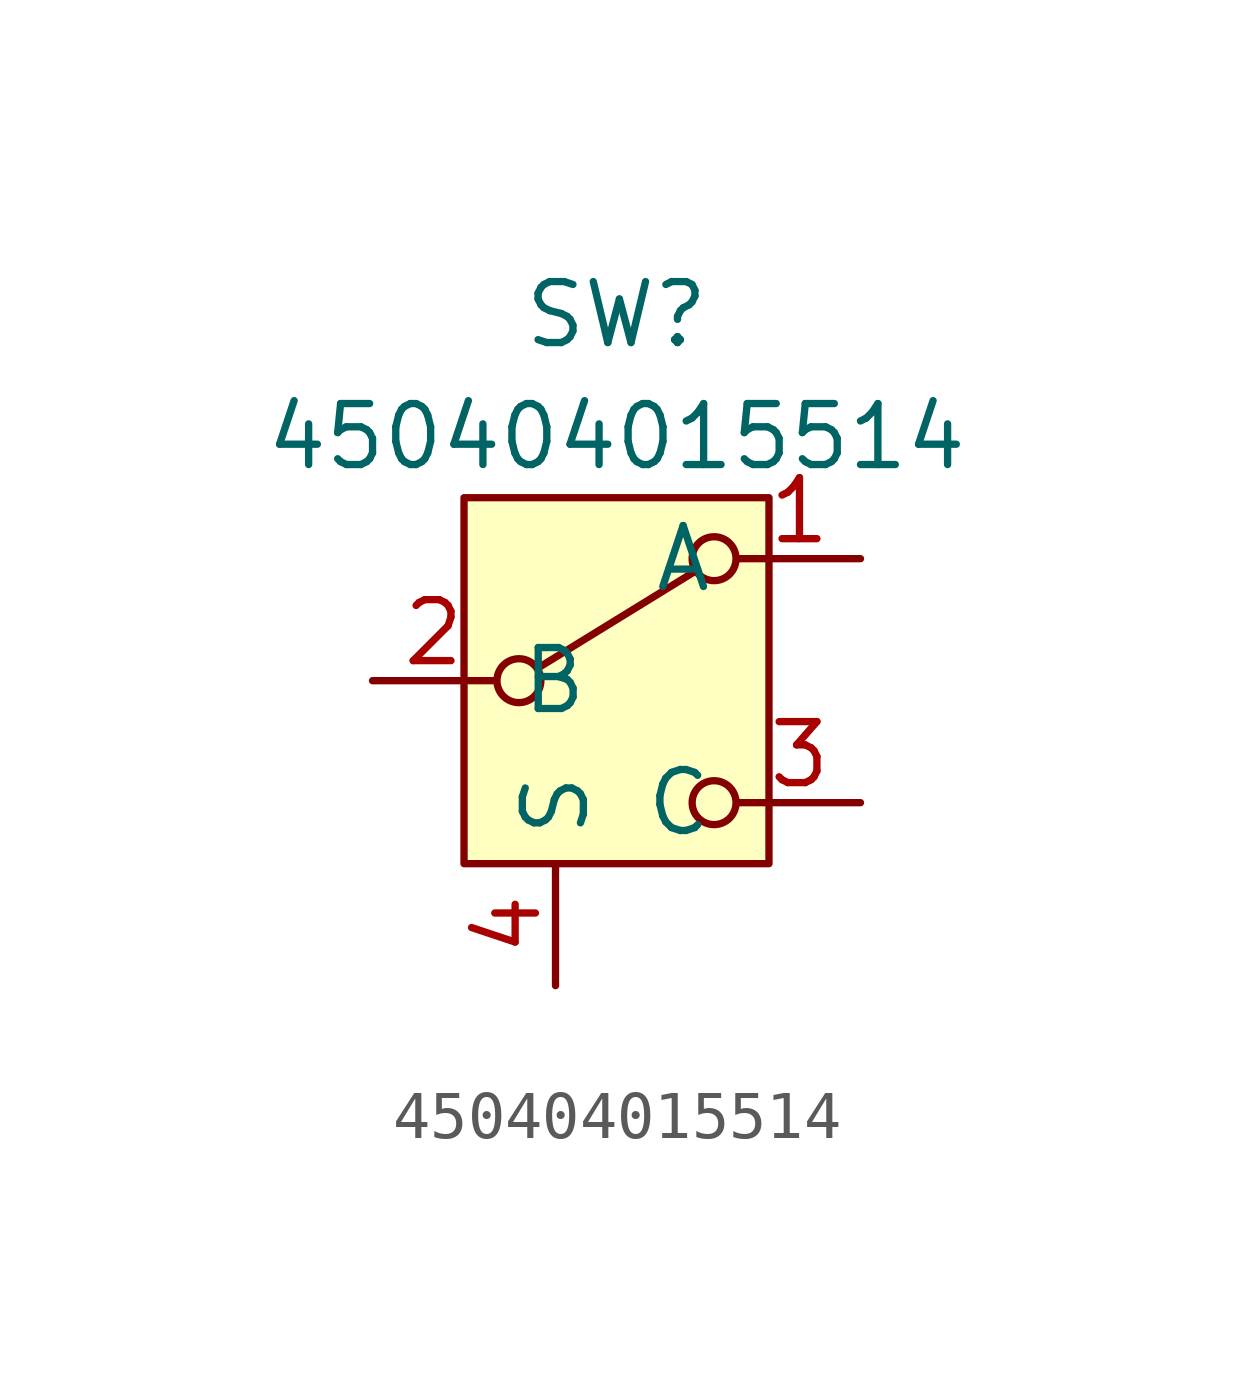
<source format=kicad_sym>
(kicad_symbol_lib
  (version 20241209)
  (generator "kicad_symbol_editor")
  (generator_version "9.0")
  (symbol "450404015514"
    (property "Reference" "SW"
      (at 0 7.62 0)
      (effects (font (size 1.27 1.27))))
    (property "Value" "450404015514"
      (at 0 5.08 0)
      (effects (font (size 1.27 1.27))))
    (symbol "450404015514_0_1"
      (circle (center -2.032 0) (radius 0.457) (stroke (width 0) (type default)) (fill (type none)))
      (polyline (pts (xy -1.651 0.254) (xy 1.651 2.286)) (stroke (width 0) (type default)) (fill (type none)))
      (circle (center 2.032 2.54) (radius 0.457) (stroke (width 0) (type default)) (fill (type none)))
      (circle (center 2.032 -2.54) (radius 0.457) (stroke (width 0) (type default)) (fill (type none))))
    (symbol "450404015514_1_0"
      (pin passive line (at -1.27 -6.35 90) (length 2.54) (name "S" (effects (font (size 1.27 1.27)))) (number "4" (effects (font (size 1.27 1.27)))))
      (pin passive line (at -1.27 -6.35 90) (length 2.54) (hide yes) (name "S" (effects (font (size 1.27 1.27)))) (number "5" (effects (font (size 1.27 1.27)))))
      (pin passive line (at -1.27 -6.35 90) (length 2.54) (hide yes) (name "S" (effects (font (size 1.27 1.27)))) (number "6" (effects (font (size 1.27 1.27)))))
      (pin passive line (at -1.27 -6.35 90) (length 2.54) (hide yes) (name "S" (effects (font (size 1.27 1.27)))) (number "7" (effects (font (size 1.27 1.27))))))
    (symbol "450404015514_1_1"
      (rectangle (start -3.175 3.81) (end 3.175 -3.81) (stroke (width 0) (type default)) (fill (type background)))
      (pin passive line (at -5.08 0 0) (length 2.54) (name "B" (effects (font (size 1.27 1.27)))) (number "2" (effects (font (size 1.27 1.27)))))
      (pin passive line (at 5.08 2.54 180) (length 2.54) (name "A" (effects (font (size 1.27 1.27)))) (number "1" (effects (font (size 1.27 1.27)))))
      (pin passive line (at 5.08 -2.54 180) (length 2.54) (name "C" (effects (font (size 1.27 1.27)))) (number "3" (effects (font (size 1.27 1.27))))))))
</source>
